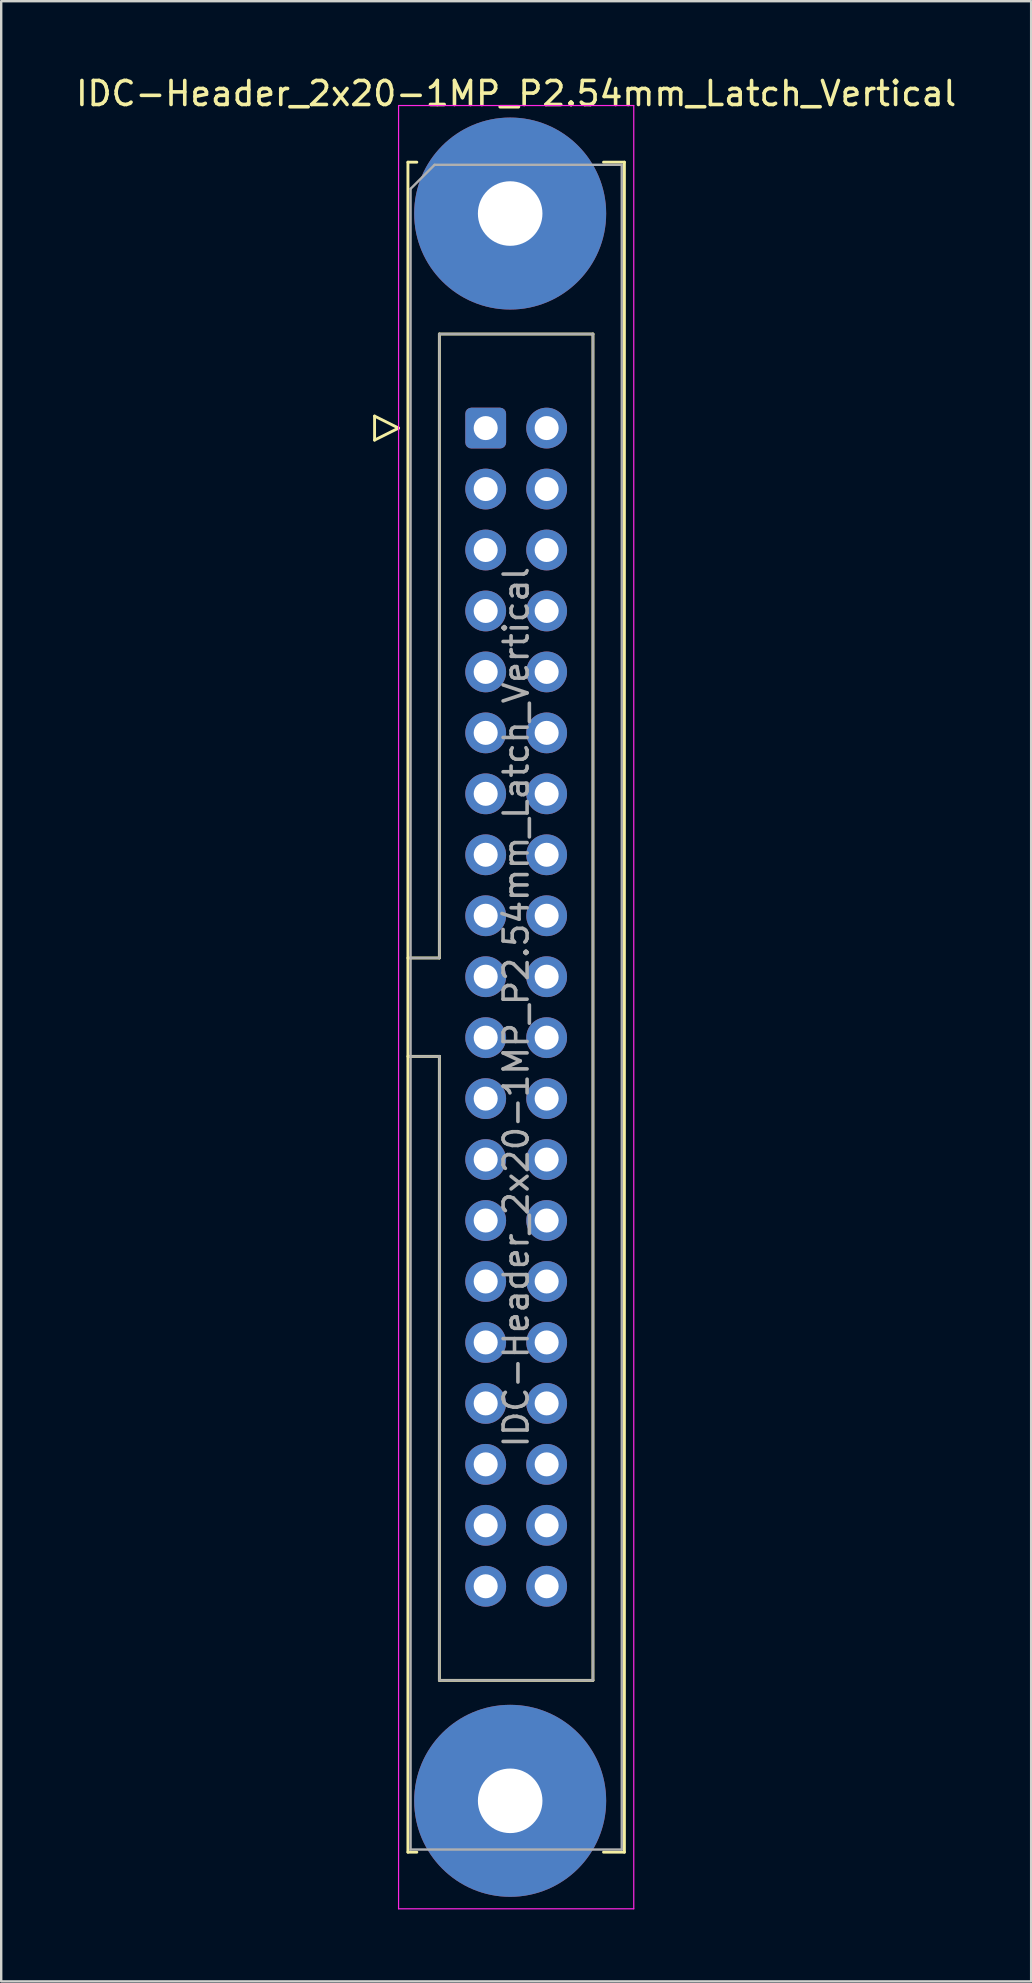
<source format=kicad_pcb>
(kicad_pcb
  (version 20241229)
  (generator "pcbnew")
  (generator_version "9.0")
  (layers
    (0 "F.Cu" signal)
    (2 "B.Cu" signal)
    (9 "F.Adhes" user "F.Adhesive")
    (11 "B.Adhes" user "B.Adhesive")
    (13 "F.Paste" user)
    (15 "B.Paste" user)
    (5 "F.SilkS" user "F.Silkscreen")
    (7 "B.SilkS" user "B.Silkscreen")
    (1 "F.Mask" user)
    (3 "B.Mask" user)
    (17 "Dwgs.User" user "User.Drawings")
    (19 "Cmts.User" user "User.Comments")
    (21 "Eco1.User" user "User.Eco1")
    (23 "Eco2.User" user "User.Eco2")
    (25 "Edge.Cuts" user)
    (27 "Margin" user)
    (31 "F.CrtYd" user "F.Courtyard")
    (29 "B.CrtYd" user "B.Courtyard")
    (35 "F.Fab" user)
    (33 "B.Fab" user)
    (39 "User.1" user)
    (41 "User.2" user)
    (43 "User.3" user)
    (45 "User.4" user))
  (footprint "IDC-Header_2x20-1MP_P2.54mm_Latch_Vertical"
    (layer "F.Cu")
    (at 17.188 14.788)
    (property "Reference" "IDC-Header_2x20-1MP_P2.54mm_Latch_Vertical" (at 1.27 -13.94 0) (layer "F.SilkS") (effects (font (size 1 1) (thickness 0.15))))
    (attr through_hole)
    (fp_line (start -4.63 -0.5) (end -4.63 0.5) (stroke (width 0.12) (type solid)) (layer "F.SilkS"))
    (fp_line (start -4.63 0.5) (end -3.63 0) (stroke (width 0.12) (type solid)) (layer "F.SilkS"))
    (fp_line (start -3.63 0) (end -4.63 -0.5) (stroke (width 0.12) (type solid)) (layer "F.SilkS"))
    (fp_line (start -3.24 -11.08) (end -3.24 59.34) (stroke (width 0.12) (type solid)) (layer "F.SilkS"))
    (fp_line (start -3.24 22.08) (end -1.93 22.08) (stroke (width 0.12) (type solid)) (layer "F.SilkS"))
    (fp_line (start -3.24 59.34) (end -2.87 59.34) (stroke (width 0.12) (type solid)) (layer "F.SilkS"))
    (fp_line (start -2.87 -11.08) (end -3.24 -11.08) (stroke (width 0.12) (type solid)) (layer "F.SilkS"))
    (fp_line (start -1.93 -3.92) (end 4.47 -3.92) (stroke (width 0.12) (type solid)) (layer "F.SilkS"))
    (fp_line (start -1.93 22.08) (end -1.93 -3.92) (stroke (width 0.12) (type solid)) (layer "F.SilkS"))
    (fp_line (start -1.93 26.18) (end -3.24 26.18) (stroke (width 0.12) (type solid)) (layer "F.SilkS"))
    (fp_line (start -1.93 26.18) (end -1.93 26.18) (stroke (width 0.12) (type solid)) (layer "F.SilkS"))
    (fp_line (start -1.93 52.18) (end -1.93 26.18) (stroke (width 0.12) (type solid)) (layer "F.SilkS"))
    (fp_line (start 4.47 -3.92) (end 4.47 52.18) (stroke (width 0.12) (type solid)) (layer "F.SilkS"))
    (fp_line (start 4.47 52.18) (end -1.93 52.18) (stroke (width 0.12) (type solid)) (layer "F.SilkS"))
    (fp_line (start 4.91 -11.08) (end 5.78 -11.08) (stroke (width 0.12) (type solid)) (layer "F.SilkS"))
    (fp_line (start 5.78 -11.08) (end 5.78 59.34) (stroke (width 0.12) (type solid)) (layer "F.SilkS"))
    (fp_line (start 5.78 59.34) (end 4.91 59.34) (stroke (width 0.12) (type solid)) (layer "F.SilkS"))
    (fp_line (start -3.63 -13.44) (end -3.63 61.7) (stroke (width 0.05) (type solid)) (layer "F.CrtYd"))
    (fp_line (start -3.63 61.7) (end 6.17 61.7) (stroke (width 0.05) (type solid)) (layer "F.CrtYd"))
    (fp_line (start 6.17 -13.44) (end -3.63 -13.44) (stroke (width 0.05) (type solid)) (layer "F.CrtYd"))
    (fp_line (start 6.17 61.7) (end 6.17 -13.44) (stroke (width 0.05) (type solid)) (layer "F.CrtYd"))
    (fp_line (start -3.13 -9.97) (end -2.13 -10.97) (stroke (width 0.1) (type solid)) (layer "F.Fab"))
    (fp_line (start -3.13 22.08) (end -1.93 22.08) (stroke (width 0.1) (type solid)) (layer "F.Fab"))
    (fp_line (start -3.13 59.23) (end -3.13 -9.97) (stroke (width 0.1) (type solid)) (layer "F.Fab"))
    (fp_line (start -2.13 -10.97) (end 5.67 -10.97) (stroke (width 0.1) (type solid)) (layer "F.Fab"))
    (fp_line (start -1.93 -3.92) (end 4.47 -3.92) (stroke (width 0.1) (type solid)) (layer "F.Fab"))
    (fp_line (start -1.93 22.08) (end -1.93 -3.92) (stroke (width 0.1) (type solid)) (layer "F.Fab"))
    (fp_line (start -1.93 26.18) (end -3.13 26.18) (stroke (width 0.1) (type solid)) (layer "F.Fab"))
    (fp_line (start -1.93 26.18) (end -1.93 26.18) (stroke (width 0.1) (type solid)) (layer "F.Fab"))
    (fp_line (start -1.93 52.18) (end -1.93 26.18) (stroke (width 0.1) (type solid)) (layer "F.Fab"))
    (fp_line (start 4.47 -3.92) (end 4.47 52.18) (stroke (width 0.1) (type solid)) (layer "F.Fab"))
    (fp_line (start 4.47 52.18) (end -1.93 52.18) (stroke (width 0.1) (type solid)) (layer "F.Fab"))
    (fp_line (start 5.67 -10.97) (end 5.67 59.23) (stroke (width 0.1) (type solid)) (layer "F.Fab"))
    (fp_line (start 5.67 59.23) (end -3.13 59.23) (stroke (width 0.1) (type solid)) (layer "F.Fab"))
    (fp_text user "${REFERENCE}" (at 1.27 24.13 90) (layer "F.Fab") (effects (font (size 1 1) (thickness 0.15))))
    (pad "1" thru_hole roundrect (at 0 0) (size 1.7 1.7) (drill 1) (layers "*.Cu" "*.Mask") (roundrect_rratio 0.147))
    (pad "2" thru_hole circle (at 2.54 0) (size 1.7 1.7) (drill 1) (layers "*.Cu" "*.Mask"))
    (pad "3" thru_hole circle (at 0 2.54) (size 1.7 1.7) (drill 1) (layers "*.Cu" "*.Mask"))
    (pad "4" thru_hole circle (at 2.54 2.54) (size 1.7 1.7) (drill 1) (layers "*.Cu" "*.Mask"))
    (pad "5" thru_hole circle (at 0 5.08) (size 1.7 1.7) (drill 1) (layers "*.Cu" "*.Mask"))
    (pad "6" thru_hole circle (at 2.54 5.08) (size 1.7 1.7) (drill 1) (layers "*.Cu" "*.Mask"))
    (pad "7" thru_hole circle (at 0 7.62) (size 1.7 1.7) (drill 1) (layers "*.Cu" "*.Mask"))
    (pad "8" thru_hole circle (at 2.54 7.62) (size 1.7 1.7) (drill 1) (layers "*.Cu" "*.Mask"))
    (pad "9" thru_hole circle (at 0 10.16) (size 1.7 1.7) (drill 1) (layers "*.Cu" "*.Mask"))
    (pad "10" thru_hole circle (at 2.54 10.16) (size 1.7 1.7) (drill 1) (layers "*.Cu" "*.Mask"))
    (pad "11" thru_hole circle (at 0 12.7) (size 1.7 1.7) (drill 1) (layers "*.Cu" "*.Mask"))
    (pad "12" thru_hole circle (at 2.54 12.7) (size 1.7 1.7) (drill 1) (layers "*.Cu" "*.Mask"))
    (pad "13" thru_hole circle (at 0 15.24) (size 1.7 1.7) (drill 1) (layers "*.Cu" "*.Mask"))
    (pad "14" thru_hole circle (at 2.54 15.24) (size 1.7 1.7) (drill 1) (layers "*.Cu" "*.Mask"))
    (pad "15" thru_hole circle (at 0 17.78) (size 1.7 1.7) (drill 1) (layers "*.Cu" "*.Mask"))
    (pad "16" thru_hole circle (at 2.54 17.78) (size 1.7 1.7) (drill 1) (layers "*.Cu" "*.Mask"))
    (pad "17" thru_hole circle (at 0 20.32) (size 1.7 1.7) (drill 1) (layers "*.Cu" "*.Mask"))
    (pad "18" thru_hole circle (at 2.54 20.32) (size 1.7 1.7) (drill 1) (layers "*.Cu" "*.Mask"))
    (pad "19" thru_hole circle (at 0 22.86) (size 1.7 1.7) (drill 1) (layers "*.Cu" "*.Mask"))
    (pad "20" thru_hole circle (at 2.54 22.86) (size 1.7 1.7) (drill 1) (layers "*.Cu" "*.Mask"))
    (pad "21" thru_hole circle (at 0 25.4) (size 1.7 1.7) (drill 1) (layers "*.Cu" "*.Mask"))
    (pad "22" thru_hole circle (at 2.54 25.4) (size 1.7 1.7) (drill 1) (layers "*.Cu" "*.Mask"))
    (pad "23" thru_hole circle (at 0 27.94) (size 1.7 1.7) (drill 1) (layers "*.Cu" "*.Mask"))
    (pad "24" thru_hole circle (at 2.54 27.94) (size 1.7 1.7) (drill 1) (layers "*.Cu" "*.Mask"))
    (pad "25" thru_hole circle (at 0 30.48) (size 1.7 1.7) (drill 1) (layers "*.Cu" "*.Mask"))
    (pad "26" thru_hole circle (at 2.54 30.48) (size 1.7 1.7) (drill 1) (layers "*.Cu" "*.Mask"))
    (pad "27" thru_hole circle (at 0 33.02) (size 1.7 1.7) (drill 1) (layers "*.Cu" "*.Mask"))
    (pad "28" thru_hole circle (at 2.54 33.02) (size 1.7 1.7) (drill 1) (layers "*.Cu" "*.Mask"))
    (pad "29" thru_hole circle (at 0 35.56) (size 1.7 1.7) (drill 1) (layers "*.Cu" "*.Mask"))
    (pad "30" thru_hole circle (at 2.54 35.56) (size 1.7 1.7) (drill 1) (layers "*.Cu" "*.Mask"))
    (pad "31" thru_hole circle (at 0 38.1) (size 1.7 1.7) (drill 1) (layers "*.Cu" "*.Mask"))
    (pad "32" thru_hole circle (at 2.54 38.1) (size 1.7 1.7) (drill 1) (layers "*.Cu" "*.Mask"))
    (pad "33" thru_hole circle (at 0 40.64) (size 1.7 1.7) (drill 1) (layers "*.Cu" "*.Mask"))
    (pad "34" thru_hole circle (at 2.54 40.64) (size 1.7 1.7) (drill 1) (layers "*.Cu" "*.Mask"))
    (pad "35" thru_hole circle (at 0 43.18) (size 1.7 1.7) (drill 1) (layers "*.Cu" "*.Mask"))
    (pad "36" thru_hole circle (at 2.54 43.18) (size 1.7 1.7) (drill 1) (layers "*.Cu" "*.Mask"))
    (pad "37" thru_hole circle (at 0 45.72) (size 1.7 1.7) (drill 1) (layers "*.Cu" "*.Mask"))
    (pad "38" thru_hole circle (at 2.54 45.72) (size 1.7 1.7) (drill 1) (layers "*.Cu" "*.Mask"))
    (pad "39" thru_hole circle (at 0 48.26) (size 1.7 1.7) (drill 1) (layers "*.Cu" "*.Mask"))
    (pad "40" thru_hole circle (at 2.54 48.26) (size 1.7 1.7) (drill 1) (layers "*.Cu" "*.Mask"))
    (pad "MP" thru_hole circle (at 1.02 -8.94) (size 8 8) (drill 2.69) (layers "*.Cu" "*.Mask"))
    (pad "MP" thru_hole circle (at 1.02 57.2) (size 8 8) (drill 2.69) (layers "*.Cu" "*.Mask")))
  (gr_rect
    (start -3 -3)
    (end 39.917 79.513)
    (stroke (width 0.1) (type default))
    (fill no)
    (layer "Edge.Cuts")))
</source>
